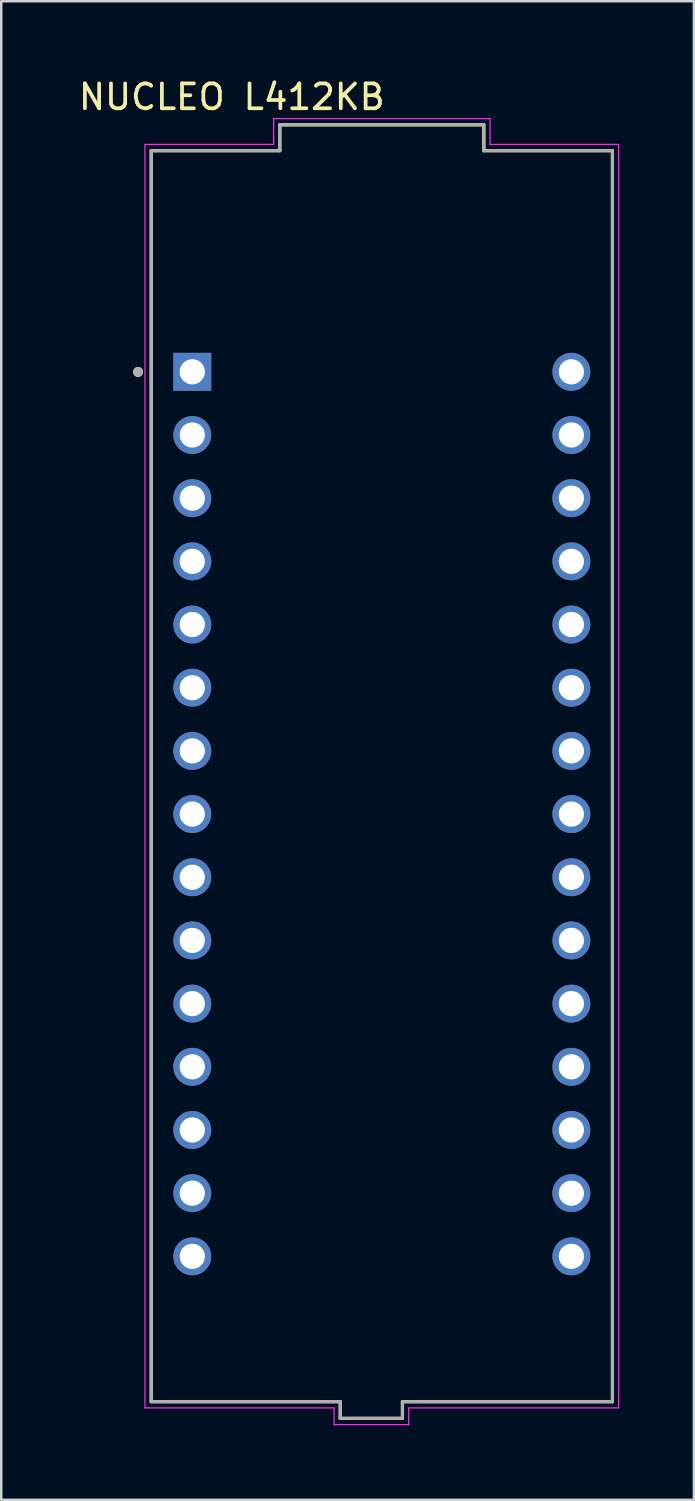
<source format=kicad_pcb>
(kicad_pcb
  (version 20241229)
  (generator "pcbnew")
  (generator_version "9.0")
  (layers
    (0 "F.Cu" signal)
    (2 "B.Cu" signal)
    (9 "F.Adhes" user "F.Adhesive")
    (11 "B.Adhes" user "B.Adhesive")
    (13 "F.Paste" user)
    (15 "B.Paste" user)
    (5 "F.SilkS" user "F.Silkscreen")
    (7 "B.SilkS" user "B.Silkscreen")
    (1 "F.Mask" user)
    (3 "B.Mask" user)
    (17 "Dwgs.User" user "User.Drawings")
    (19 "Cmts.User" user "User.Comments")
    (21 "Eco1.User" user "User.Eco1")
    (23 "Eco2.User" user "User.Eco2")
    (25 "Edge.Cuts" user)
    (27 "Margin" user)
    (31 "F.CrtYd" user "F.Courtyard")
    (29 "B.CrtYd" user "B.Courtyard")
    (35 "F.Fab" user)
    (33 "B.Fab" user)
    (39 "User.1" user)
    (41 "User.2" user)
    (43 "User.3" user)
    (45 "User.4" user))
  (footprint "NUCLEO L412KB"
    (layer "F.Cu")
    (at 12.3 28.153)
    (property "Reference" "NUCLEO L412KB" (at -6.032 -27.305 0) (layer "F.SilkS") (effects (font (size 1 1) (thickness 0.15))))
    (attr through_hole)
    (fp_line (start -9.271 -25.146) (end -4.1 -25.146) (stroke (width 0.127) (type solid)) (layer "F.SilkS"))
    (fp_line (start -9.271 25.146) (end -9.271 -25.146) (stroke (width 0.127) (type solid)) (layer "F.SilkS"))
    (fp_line (start -4.1 -26.186) (end 4.1 -26.186) (stroke (width 0.127) (type solid)) (layer "F.SilkS"))
    (fp_line (start -4.1 -25.146) (end -4.1 -26.186) (stroke (width 0.127) (type solid)) (layer "F.SilkS"))
    (fp_line (start -1.671 25.146) (end -9.271 25.146) (stroke (width 0.127) (type solid)) (layer "F.SilkS"))
    (fp_line (start -1.671 25.146) (end -1.671 25.819) (stroke (width 0.127) (type solid)) (layer "F.SilkS"))
    (fp_line (start -1.671 25.819) (end 0.829 25.819) (stroke (width 0.127) (type solid)) (layer "F.SilkS"))
    (fp_line (start 0.829 25.819) (end 0.829 25.146) (stroke (width 0.127) (type solid)) (layer "F.SilkS"))
    (fp_line (start 4.1 -26.186) (end 4.1 -25.146) (stroke (width 0.127) (type solid)) (layer "F.SilkS"))
    (fp_line (start 4.1 -25.146) (end 9.271 -25.146) (stroke (width 0.127) (type solid)) (layer "F.SilkS"))
    (fp_line (start 9.271 -25.146) (end 9.271 25.146) (stroke (width 0.127) (type solid)) (layer "F.SilkS"))
    (fp_line (start 9.271 25.146) (end 0.829 25.146) (stroke (width 0.127) (type solid)) (layer "F.SilkS"))
    (fp_circle (center -9.8 -16.25) (end -9.7 -16.25) (stroke (width 0.2) (type solid)) (fill no) (layer "F.SilkS"))
    (fp_line (start -9.521 -25.396) (end -4.35 -25.396) (stroke (width 0.05) (type solid)) (layer "F.CrtYd"))
    (fp_line (start -9.521 25.396) (end -9.521 -25.396) (stroke (width 0.05) (type solid)) (layer "F.CrtYd"))
    (fp_line (start -4.35 -26.436) (end 4.35 -26.436) (stroke (width 0.05) (type solid)) (layer "F.CrtYd"))
    (fp_line (start -4.35 -25.396) (end -4.35 -26.436) (stroke (width 0.05) (type solid)) (layer "F.CrtYd"))
    (fp_line (start -1.921 25.396) (end -9.521 25.396) (stroke (width 0.05) (type solid)) (layer "F.CrtYd"))
    (fp_line (start -1.921 25.396) (end -1.921 26.069) (stroke (width 0.05) (type solid)) (layer "F.CrtYd"))
    (fp_line (start -1.921 26.069) (end 1.079 26.069) (stroke (width 0.05) (type solid)) (layer "F.CrtYd"))
    (fp_line (start 1.079 26.069) (end 1.079 25.396) (stroke (width 0.05) (type solid)) (layer "F.CrtYd"))
    (fp_line (start 4.35 -26.436) (end 4.35 -25.396) (stroke (width 0.05) (type solid)) (layer "F.CrtYd"))
    (fp_line (start 4.35 -25.396) (end 9.521 -25.396) (stroke (width 0.05) (type solid)) (layer "F.CrtYd"))
    (fp_line (start 9.521 -25.396) (end 9.521 25.396) (stroke (width 0.05) (type solid)) (layer "F.CrtYd"))
    (fp_line (start 9.521 25.396) (end 1.079 25.396) (stroke (width 0.05) (type solid)) (layer "F.CrtYd"))
    (fp_line (start -9.271 -25.146) (end -4.1 -25.146) (stroke (width 0.127) (type solid)) (layer "F.Fab"))
    (fp_line (start -9.271 25.146) (end -9.271 -25.146) (stroke (width 0.127) (type solid)) (layer "F.Fab"))
    (fp_line (start -4.1 -26.186) (end 4.1 -26.186) (stroke (width 0.127) (type solid)) (layer "F.Fab"))
    (fp_line (start -4.1 -25.146) (end -4.1 -26.186) (stroke (width 0.127) (type solid)) (layer "F.Fab"))
    (fp_line (start -1.671 25.146) (end -9.271 25.146) (stroke (width 0.127) (type solid)) (layer "F.Fab"))
    (fp_line (start -1.671 25.146) (end -1.671 25.819) (stroke (width 0.127) (type solid)) (layer "F.Fab"))
    (fp_line (start -1.671 25.819) (end 0.829 25.819) (stroke (width 0.127) (type solid)) (layer "F.Fab"))
    (fp_line (start 0.829 25.819) (end 0.829 25.146) (stroke (width 0.127) (type solid)) (layer "F.Fab"))
    (fp_line (start 4.1 -26.186) (end 4.1 -25.146) (stroke (width 0.127) (type solid)) (layer "F.Fab"))
    (fp_line (start 4.1 -25.146) (end 9.271 -25.146) (stroke (width 0.127) (type solid)) (layer "F.Fab"))
    (fp_line (start 9.271 -25.146) (end 9.271 25.146) (stroke (width 0.127) (type solid)) (layer "F.Fab"))
    (fp_line (start 9.271 25.146) (end 0.829 25.146) (stroke (width 0.127) (type solid)) (layer "F.Fab"))
    (fp_circle (center -9.8 -16.25) (end -9.7 -16.25) (stroke (width 0.2) (type solid)) (fill no) (layer "F.Fab"))
    (pad "CN3_1" thru_hole rect (at -7.62 -16.256) (size 1.524 1.524) (drill 1.016) (layers "*.Cu" "*.Mask"))
    (pad "CN3_2" thru_hole circle (at -7.62 -13.716) (size 1.524 1.524) (drill 1.016) (layers "*.Cu" "*.Mask"))
    (pad "CN3_3" thru_hole circle (at -7.62 -11.176) (size 1.524 1.524) (drill 1.016) (layers "*.Cu" "*.Mask"))
    (pad "CN3_4" thru_hole circle (at -7.62 -8.636) (size 1.524 1.524) (drill 1.016) (layers "*.Cu" "*.Mask"))
    (pad "CN3_5" thru_hole circle (at -7.62 -6.096) (size 1.524 1.524) (drill 1.016) (layers "*.Cu" "*.Mask"))
    (pad "CN3_6" thru_hole circle (at -7.62 -3.556) (size 1.524 1.524) (drill 1.016) (layers "*.Cu" "*.Mask"))
    (pad "CN3_7" thru_hole circle (at -7.62 -1.016) (size 1.524 1.524) (drill 1.016) (layers "*.Cu" "*.Mask"))
    (pad "CN3_8" thru_hole circle (at -7.62 1.524) (size 1.524 1.524) (drill 1.016) (layers "*.Cu" "*.Mask"))
    (pad "CN3_9" thru_hole circle (at -7.62 4.064) (size 1.524 1.524) (drill 1.016) (layers "*.Cu" "*.Mask"))
    (pad "CN3_10" thru_hole circle (at -7.62 6.604) (size 1.524 1.524) (drill 1.016) (layers "*.Cu" "*.Mask"))
    (pad "CN3_11" thru_hole circle (at -7.62 9.144) (size 1.524 1.524) (drill 1.016) (layers "*.Cu" "*.Mask"))
    (pad "CN3_12" thru_hole circle (at -7.62 11.684) (size 1.524 1.524) (drill 1.016) (layers "*.Cu" "*.Mask"))
    (pad "CN3_13" thru_hole circle (at -7.62 14.224) (size 1.524 1.524) (drill 1.016) (layers "*.Cu" "*.Mask"))
    (pad "CN3_14" thru_hole circle (at -7.62 16.764) (size 1.524 1.524) (drill 1.016) (layers "*.Cu" "*.Mask"))
    (pad "CN3_15" thru_hole circle (at -7.62 19.304) (size 1.524 1.524) (drill 1.016) (layers "*.Cu" "*.Mask"))
    (pad "CN4_1" thru_hole circle (at 7.62 -16.256) (size 1.524 1.524) (drill 1.016) (layers "*.Cu" "*.Mask"))
    (pad "CN4_2" thru_hole circle (at 7.62 -13.716) (size 1.524 1.524) (drill 1.016) (layers "*.Cu" "*.Mask"))
    (pad "CN4_3" thru_hole circle (at 7.62 -11.176) (size 1.524 1.524) (drill 1.016) (layers "*.Cu" "*.Mask"))
    (pad "CN4_4" thru_hole circle (at 7.62 -8.636) (size 1.524 1.524) (drill 1.016) (layers "*.Cu" "*.Mask"))
    (pad "CN4_5" thru_hole circle (at 7.62 -6.096) (size 1.524 1.524) (drill 1.016) (layers "*.Cu" "*.Mask"))
    (pad "CN4_6" thru_hole circle (at 7.62 -3.556) (size 1.524 1.524) (drill 1.016) (layers "*.Cu" "*.Mask"))
    (pad "CN4_7" thru_hole circle (at 7.62 -1.016) (size 1.524 1.524) (drill 1.016) (layers "*.Cu" "*.Mask"))
    (pad "CN4_8" thru_hole circle (at 7.62 1.524) (size 1.524 1.524) (drill 1.016) (layers "*.Cu" "*.Mask"))
    (pad "CN4_9" thru_hole circle (at 7.62 4.064) (size 1.524 1.524) (drill 1.016) (layers "*.Cu" "*.Mask"))
    (pad "CN4_10" thru_hole circle (at 7.62 6.604) (size 1.524 1.524) (drill 1.016) (layers "*.Cu" "*.Mask"))
    (pad "CN4_11" thru_hole circle (at 7.62 9.144) (size 1.524 1.524) (drill 1.016) (layers "*.Cu" "*.Mask"))
    (pad "CN4_12" thru_hole circle (at 7.62 11.684) (size 1.524 1.524) (drill 1.016) (layers "*.Cu" "*.Mask"))
    (pad "CN4_13" thru_hole circle (at 7.62 14.224) (size 1.524 1.524) (drill 1.016) (layers "*.Cu" "*.Mask"))
    (pad "CN4_14" thru_hole circle (at 7.62 16.764) (size 1.524 1.524) (drill 1.016) (layers "*.Cu" "*.Mask"))
    (pad "CN4_15" thru_hole circle (at 7.62 19.304) (size 1.524 1.524) (drill 1.016) (layers "*.Cu" "*.Mask")))
  (gr_rect
    (start -3 -3)
    (end 24.846 57.247)
    (stroke (width 0.1) (type default))
    (fill no)
    (layer "Edge.Cuts")))
</source>
